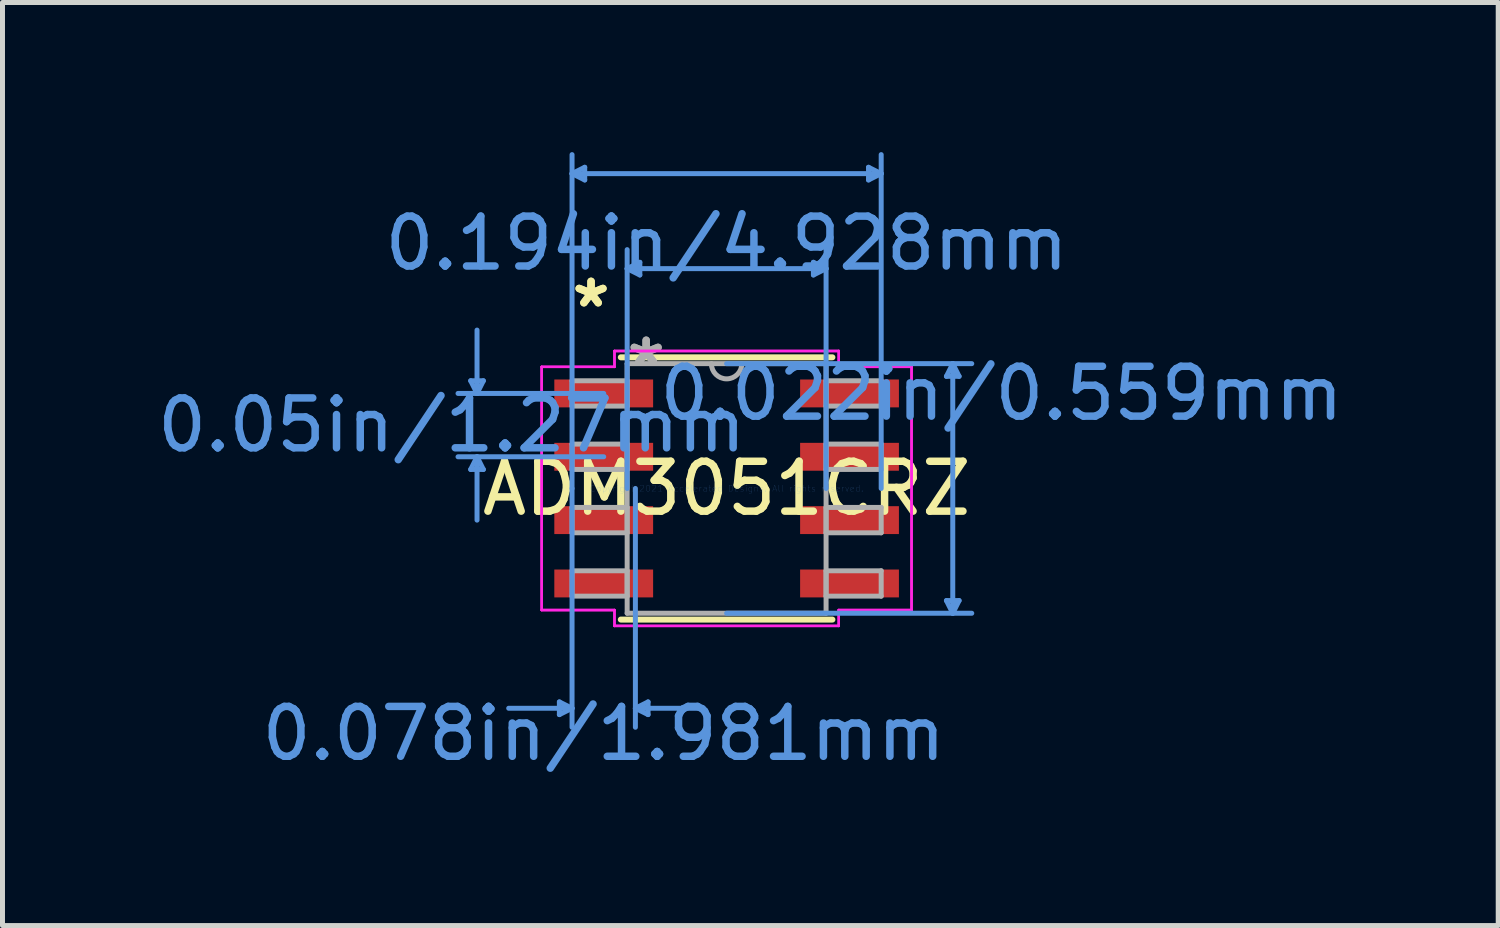
<source format=kicad_pcb>
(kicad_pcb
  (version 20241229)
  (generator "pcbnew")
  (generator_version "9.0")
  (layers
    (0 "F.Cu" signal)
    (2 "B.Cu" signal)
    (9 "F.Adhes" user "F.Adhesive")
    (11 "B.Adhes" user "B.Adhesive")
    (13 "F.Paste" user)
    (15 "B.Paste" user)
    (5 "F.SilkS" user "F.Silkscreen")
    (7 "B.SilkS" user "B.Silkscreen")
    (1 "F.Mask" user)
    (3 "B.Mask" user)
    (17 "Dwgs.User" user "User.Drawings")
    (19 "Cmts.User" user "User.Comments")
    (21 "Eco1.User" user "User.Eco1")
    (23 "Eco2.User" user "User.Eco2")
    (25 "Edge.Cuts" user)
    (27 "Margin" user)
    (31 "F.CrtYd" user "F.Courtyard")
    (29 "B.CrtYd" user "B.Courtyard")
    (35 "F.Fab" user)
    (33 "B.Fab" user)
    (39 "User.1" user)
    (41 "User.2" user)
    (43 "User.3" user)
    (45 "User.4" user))
  (footprint "ADM3051CRZ"
    (layer "F.Cu")
    (at 11.518 6.743)
    (property "Reference" "ADM3051CRZ" (at 0 0 0) (layer "F.SilkS") (effects (font (size 1 1) (thickness 0.15))))
    (attr through_hole)
    (fp_line (start -2.121 2.629) (end 2.121 2.629) (stroke (width 0.12) (type solid)) (layer "F.SilkS"))
    (fp_line (start 2.121 -2.629) (end -2.121 -2.629) (stroke (width 0.12) (type solid)) (layer "F.SilkS"))
    (fp_line (start -5.131 -2.159) (end -4.877 -2.159) (stroke (width 0.1) (type solid)) (layer "Cmts.User"))
    (fp_line (start -5.131 -0.381) (end -4.877 -0.381) (stroke (width 0.1) (type solid)) (layer "Cmts.User"))
    (fp_line (start -5.004 -1.905) (end -5.131 -2.159) (stroke (width 0.1) (type solid)) (layer "Cmts.User"))
    (fp_line (start -5.004 -1.905) (end -5.004 -3.175) (stroke (width 0.1) (type solid)) (layer "Cmts.User"))
    (fp_line (start -5.004 -1.905) (end -4.877 -2.159) (stroke (width 0.1) (type solid)) (layer "Cmts.User"))
    (fp_line (start -5.004 -0.635) (end -5.131 -0.381) (stroke (width 0.1) (type solid)) (layer "Cmts.User"))
    (fp_line (start -5.004 -0.635) (end -5.004 0.635) (stroke (width 0.1) (type solid)) (layer "Cmts.User"))
    (fp_line (start -5.004 -0.635) (end -4.877 -0.381) (stroke (width 0.1) (type solid)) (layer "Cmts.User"))
    (fp_line (start -3.353 4.28) (end -3.353 4.534) (stroke (width 0.1) (type solid)) (layer "Cmts.User"))
    (fp_line (start -3.099 -6.312) (end -2.845 -6.439) (stroke (width 0.1) (type solid)) (layer "Cmts.User"))
    (fp_line (start -3.099 -6.312) (end -2.845 -6.185) (stroke (width 0.1) (type solid)) (layer "Cmts.User"))
    (fp_line (start -3.099 -6.312) (end 3.099 -6.312) (stroke (width 0.1) (type solid)) (layer "Cmts.User"))
    (fp_line (start -3.099 0) (end -3.099 -6.693) (stroke (width 0.1) (type solid)) (layer "Cmts.User"))
    (fp_line (start -3.099 0) (end -3.099 4.788) (stroke (width 0.1) (type solid)) (layer "Cmts.User"))
    (fp_line (start -3.099 4.407) (end -4.369 4.407) (stroke (width 0.1) (type solid)) (layer "Cmts.User"))
    (fp_line (start -3.099 4.407) (end -3.353 4.28) (stroke (width 0.1) (type solid)) (layer "Cmts.User"))
    (fp_line (start -3.099 4.407) (end -3.353 4.534) (stroke (width 0.1) (type solid)) (layer "Cmts.User"))
    (fp_line (start -2.845 -6.439) (end -2.845 -6.185) (stroke (width 0.1) (type solid)) (layer "Cmts.User"))
    (fp_line (start -2.464 -1.905) (end -5.385 -1.905) (stroke (width 0.1) (type solid)) (layer "Cmts.User"))
    (fp_line (start -2.464 -0.635) (end -5.385 -0.635) (stroke (width 0.1) (type solid)) (layer "Cmts.User"))
    (fp_line (start -1.994 -4.407) (end -1.74 -4.534) (stroke (width 0.1) (type solid)) (layer "Cmts.User"))
    (fp_line (start -1.994 -4.407) (end -1.74 -4.28) (stroke (width 0.1) (type solid)) (layer "Cmts.User"))
    (fp_line (start -1.994 -4.407) (end 1.994 -4.407) (stroke (width 0.1) (type solid)) (layer "Cmts.User"))
    (fp_line (start -1.994 0) (end -1.994 -4.788) (stroke (width 0.1) (type solid)) (layer "Cmts.User"))
    (fp_line (start -1.829 0) (end -1.829 4.788) (stroke (width 0.1) (type solid)) (layer "Cmts.User"))
    (fp_line (start -1.829 4.407) (end -1.575 4.28) (stroke (width 0.1) (type solid)) (layer "Cmts.User"))
    (fp_line (start -1.829 4.407) (end -1.575 4.534) (stroke (width 0.1) (type solid)) (layer "Cmts.User"))
    (fp_line (start -1.829 4.407) (end -0.559 4.407) (stroke (width 0.1) (type solid)) (layer "Cmts.User"))
    (fp_line (start -1.74 -4.534) (end -1.74 -4.28) (stroke (width 0.1) (type solid)) (layer "Cmts.User"))
    (fp_line (start -1.575 4.28) (end -1.575 4.534) (stroke (width 0.1) (type solid)) (layer "Cmts.User"))
    (fp_line (start 0 -2.502) (end 4.915 -2.502) (stroke (width 0.1) (type solid)) (layer "Cmts.User"))
    (fp_line (start 0 2.502) (end 4.915 2.502) (stroke (width 0.1) (type solid)) (layer "Cmts.User"))
    (fp_line (start 1.74 -4.534) (end 1.74 -4.28) (stroke (width 0.1) (type solid)) (layer "Cmts.User"))
    (fp_line (start 1.994 -4.407) (end 1.74 -4.534) (stroke (width 0.1) (type solid)) (layer "Cmts.User"))
    (fp_line (start 1.994 -4.407) (end 1.74 -4.28) (stroke (width 0.1) (type solid)) (layer "Cmts.User"))
    (fp_line (start 1.994 0) (end 1.994 -4.788) (stroke (width 0.1) (type solid)) (layer "Cmts.User"))
    (fp_line (start 2.845 -6.439) (end 2.845 -6.185) (stroke (width 0.1) (type solid)) (layer "Cmts.User"))
    (fp_line (start 3.099 -6.312) (end 2.845 -6.439) (stroke (width 0.1) (type solid)) (layer "Cmts.User"))
    (fp_line (start 3.099 -6.312) (end 2.845 -6.185) (stroke (width 0.1) (type solid)) (layer "Cmts.User"))
    (fp_line (start 3.099 0) (end 3.099 -6.693) (stroke (width 0.1) (type solid)) (layer "Cmts.User"))
    (fp_line (start 4.407 -2.248) (end 4.661 -2.248) (stroke (width 0.1) (type solid)) (layer "Cmts.User"))
    (fp_line (start 4.407 2.248) (end 4.661 2.248) (stroke (width 0.1) (type solid)) (layer "Cmts.User"))
    (fp_line (start 4.534 -2.502) (end 4.407 -2.248) (stroke (width 0.1) (type solid)) (layer "Cmts.User"))
    (fp_line (start 4.534 -2.502) (end 4.534 2.502) (stroke (width 0.1) (type solid)) (layer "Cmts.User"))
    (fp_line (start 4.534 -2.502) (end 4.661 -2.248) (stroke (width 0.1) (type solid)) (layer "Cmts.User"))
    (fp_line (start 4.534 2.502) (end 4.407 2.248) (stroke (width 0.1) (type solid)) (layer "Cmts.User"))
    (fp_line (start 4.534 2.502) (end 4.661 2.248) (stroke (width 0.1) (type solid)) (layer "Cmts.User"))
    (fp_line (start -3.708 -2.438) (end -2.248 -2.438) (stroke (width 0.05) (type solid)) (layer "F.CrtYd"))
    (fp_line (start -3.708 -2.438) (end -2.248 -2.438) (stroke (width 0.05) (type solid)) (layer "F.CrtYd"))
    (fp_line (start -3.708 2.438) (end -3.708 -2.438) (stroke (width 0.05) (type solid)) (layer "F.CrtYd"))
    (fp_line (start -3.708 2.438) (end -3.708 -2.438) (stroke (width 0.05) (type solid)) (layer "F.CrtYd"))
    (fp_line (start -3.708 2.438) (end -2.248 2.438) (stroke (width 0.05) (type solid)) (layer "F.CrtYd"))
    (fp_line (start -2.248 -2.756) (end 2.248 -2.756) (stroke (width 0.05) (type solid)) (layer "F.CrtYd"))
    (fp_line (start -2.248 -2.756) (end 2.248 -2.756) (stroke (width 0.05) (type solid)) (layer "F.CrtYd"))
    (fp_line (start -2.248 -2.438) (end -2.248 -2.756) (stroke (width 0.05) (type solid)) (layer "F.CrtYd"))
    (fp_line (start -2.248 -2.438) (end -2.248 -2.756) (stroke (width 0.05) (type solid)) (layer "F.CrtYd"))
    (fp_line (start -2.248 2.438) (end -3.708 2.438) (stroke (width 0.05) (type solid)) (layer "F.CrtYd"))
    (fp_line (start -2.248 2.756) (end -2.248 2.438) (stroke (width 0.05) (type solid)) (layer "F.CrtYd"))
    (fp_line (start -2.248 2.756) (end -2.248 2.438) (stroke (width 0.05) (type solid)) (layer "F.CrtYd"))
    (fp_line (start 2.248 -2.756) (end 2.248 -2.438) (stroke (width 0.05) (type solid)) (layer "F.CrtYd"))
    (fp_line (start 2.248 -2.756) (end 2.248 -2.438) (stroke (width 0.05) (type solid)) (layer "F.CrtYd"))
    (fp_line (start 2.248 -2.438) (end 3.708 -2.438) (stroke (width 0.05) (type solid)) (layer "F.CrtYd"))
    (fp_line (start 2.248 2.438) (end 2.248 2.756) (stroke (width 0.05) (type solid)) (layer "F.CrtYd"))
    (fp_line (start 2.248 2.438) (end 2.248 2.756) (stroke (width 0.05) (type solid)) (layer "F.CrtYd"))
    (fp_line (start 2.248 2.756) (end -2.248 2.756) (stroke (width 0.05) (type solid)) (layer "F.CrtYd"))
    (fp_line (start 2.248 2.756) (end -2.248 2.756) (stroke (width 0.05) (type solid)) (layer "F.CrtYd"))
    (fp_line (start 3.708 -2.438) (end 2.248 -2.438) (stroke (width 0.05) (type solid)) (layer "F.CrtYd"))
    (fp_line (start 3.708 -2.438) (end 3.708 2.438) (stroke (width 0.05) (type solid)) (layer "F.CrtYd"))
    (fp_line (start 3.708 -2.438) (end 3.708 2.438) (stroke (width 0.05) (type solid)) (layer "F.CrtYd"))
    (fp_line (start 3.708 2.438) (end 2.248 2.438) (stroke (width 0.05) (type solid)) (layer "F.CrtYd"))
    (fp_line (start 3.708 2.438) (end 2.248 2.438) (stroke (width 0.05) (type solid)) (layer "F.CrtYd"))
    (fp_line (start -3.099 -2.159) (end -3.099 -1.651) (stroke (width 0.1) (type solid)) (layer "F.Fab"))
    (fp_line (start -3.099 -1.651) (end -1.994 -1.651) (stroke (width 0.1) (type solid)) (layer "F.Fab"))
    (fp_line (start -3.099 -0.889) (end -3.099 -0.381) (stroke (width 0.1) (type solid)) (layer "F.Fab"))
    (fp_line (start -3.099 -0.381) (end -1.994 -0.381) (stroke (width 0.1) (type solid)) (layer "F.Fab"))
    (fp_line (start -3.099 0.381) (end -3.099 0.889) (stroke (width 0.1) (type solid)) (layer "F.Fab"))
    (fp_line (start -3.099 0.889) (end -1.994 0.889) (stroke (width 0.1) (type solid)) (layer "F.Fab"))
    (fp_line (start -3.099 1.651) (end -3.099 2.159) (stroke (width 0.1) (type solid)) (layer "F.Fab"))
    (fp_line (start -3.099 2.159) (end -1.994 2.159) (stroke (width 0.1) (type solid)) (layer "F.Fab"))
    (fp_line (start -1.994 -2.502) (end -1.994 2.502) (stroke (width 0.1) (type solid)) (layer "F.Fab"))
    (fp_line (start -1.994 -2.159) (end -3.099 -2.159) (stroke (width 0.1) (type solid)) (layer "F.Fab"))
    (fp_line (start -1.994 -1.651) (end -1.994 -2.159) (stroke (width 0.1) (type solid)) (layer "F.Fab"))
    (fp_line (start -1.994 -0.889) (end -3.099 -0.889) (stroke (width 0.1) (type solid)) (layer "F.Fab"))
    (fp_line (start -1.994 -0.381) (end -1.994 -0.889) (stroke (width 0.1) (type solid)) (layer "F.Fab"))
    (fp_line (start -1.994 0.381) (end -3.099 0.381) (stroke (width 0.1) (type solid)) (layer "F.Fab"))
    (fp_line (start -1.994 0.889) (end -1.994 0.381) (stroke (width 0.1) (type solid)) (layer "F.Fab"))
    (fp_line (start -1.994 1.651) (end -3.099 1.651) (stroke (width 0.1) (type solid)) (layer "F.Fab"))
    (fp_line (start -1.994 2.159) (end -1.994 1.651) (stroke (width 0.1) (type solid)) (layer "F.Fab"))
    (fp_line (start -1.994 2.502) (end 1.994 2.502) (stroke (width 0.1) (type solid)) (layer "F.Fab"))
    (fp_line (start 1.994 -2.502) (end -1.994 -2.502) (stroke (width 0.1) (type solid)) (layer "F.Fab"))
    (fp_line (start 1.994 -2.159) (end 1.994 -1.651) (stroke (width 0.1) (type solid)) (layer "F.Fab"))
    (fp_line (start 1.994 -1.651) (end 3.099 -1.651) (stroke (width 0.1) (type solid)) (layer "F.Fab"))
    (fp_line (start 1.994 -0.889) (end 1.994 -0.381) (stroke (width 0.1) (type solid)) (layer "F.Fab"))
    (fp_line (start 1.994 -0.381) (end 3.099 -0.381) (stroke (width 0.1) (type solid)) (layer "F.Fab"))
    (fp_line (start 1.994 0.381) (end 1.994 0.889) (stroke (width 0.1) (type solid)) (layer "F.Fab"))
    (fp_line (start 1.994 0.889) (end 3.099 0.889) (stroke (width 0.1) (type solid)) (layer "F.Fab"))
    (fp_line (start 1.994 1.651) (end 1.994 2.159) (stroke (width 0.1) (type solid)) (layer "F.Fab"))
    (fp_line (start 1.994 2.159) (end 3.099 2.159) (stroke (width 0.1) (type solid)) (layer "F.Fab"))
    (fp_line (start 1.994 2.502) (end 1.994 -2.502) (stroke (width 0.1) (type solid)) (layer "F.Fab"))
    (fp_line (start 3.099 -2.159) (end 1.994 -2.159) (stroke (width 0.1) (type solid)) (layer "F.Fab"))
    (fp_line (start 3.099 -1.651) (end 3.099 -2.159) (stroke (width 0.1) (type solid)) (layer "F.Fab"))
    (fp_line (start 3.099 -0.889) (end 1.994 -0.889) (stroke (width 0.1) (type solid)) (layer "F.Fab"))
    (fp_line (start 3.099 -0.381) (end 3.099 -0.889) (stroke (width 0.1) (type solid)) (layer "F.Fab"))
    (fp_line (start 3.099 0.381) (end 1.994 0.381) (stroke (width 0.1) (type solid)) (layer "F.Fab"))
    (fp_line (start 3.099 0.889) (end 3.099 0.381) (stroke (width 0.1) (type solid)) (layer "F.Fab"))
    (fp_line (start 3.099 1.651) (end 1.994 1.651) (stroke (width 0.1) (type solid)) (layer "F.Fab"))
    (fp_line (start 3.099 2.159) (end 3.099 1.651) (stroke (width 0.1) (type solid)) (layer "F.Fab"))
    (fp_arc (start 0.3048 -2.5019) (mid 0 -2.1971) (end -0.3048 -2.5019) (stroke (width 0.1) (type solid)) (layer "F.Fab"))
    (fp_text user "*" (at -2.718 -3.607 0) (layer "F.SilkS") (effects (font (size 1 1) (thickness 0.15))))
    (fp_text user "*" (at -2.718 -3.607 0) (layer "F.SilkS") (effects (font (size 1 1) (thickness 0.15))))
    (fp_text user "0.078in/1.981mm" (at -2.464 4.915 0) (layer "Cmts.User") (effects (font (size 1 1) (thickness 0.15))))
    (fp_text user "0.022in/0.559mm" (at 5.512 -1.905 0) (layer "Cmts.User") (effects (font (size 1 1) (thickness 0.15))))
    (fp_text user "0.194in/4.928mm" (at 0 -4.915 0) (layer "Cmts.User") (effects (font (size 1 1) (thickness 0.15))))
    (fp_text user "Copyright 2021 Accelerated Designs. All rights reserved." (at 0 0 0) (layer "Cmts.User") (effects (font (size 0.127 0.127) (thickness 0.002))))
    (fp_text user "0.05in/1.27mm" (at -5.512 -1.27 0) (layer "Cmts.User") (effects (font (size 1 1) (thickness 0.15))))
    (fp_text user "*" (at -1.613 -2.426 0) (layer "F.Fab") (effects (font (size 1 1) (thickness 0.15))))
    (fp_text user "*" (at -1.613 -2.426 0) (layer "F.Fab") (effects (font (size 1 1) (thickness 0.15))))
    (pad "1" smd rect (at -2.464 -1.905) (size 1.981 0.559) (layers "F.Cu" "F.Mask" "F.Paste"))
    (pad "2" smd rect (at -2.464 -0.635) (size 1.981 0.559) (layers "F.Cu" "F.Mask" "F.Paste"))
    (pad "3" smd rect (at -2.464 0.635) (size 1.981 0.559) (layers "F.Cu" "F.Mask" "F.Paste"))
    (pad "4" smd rect (at -2.464 1.905) (size 1.981 0.559) (layers "F.Cu" "F.Mask" "F.Paste"))
    (pad "5" smd rect (at 2.464 1.905) (size 1.981 0.559) (layers "F.Cu" "F.Mask" "F.Paste"))
    (pad "6" smd rect (at 2.464 0.635) (size 1.981 0.559) (layers "F.Cu" "F.Mask" "F.Paste"))
    (pad "7" smd rect (at 2.464 -0.635) (size 1.981 0.559) (layers "F.Cu" "F.Mask" "F.Paste"))
    (pad "8" smd rect (at 2.464 -1.905) (size 1.981 0.559) (layers "F.Cu" "F.Mask" "F.Paste")))
  (gr_rect
    (start -3 -3)
    (end 26.988 15.506)
    (stroke (width 0.1) (type default))
    (fill no)
    (layer "Edge.Cuts")))
</source>
